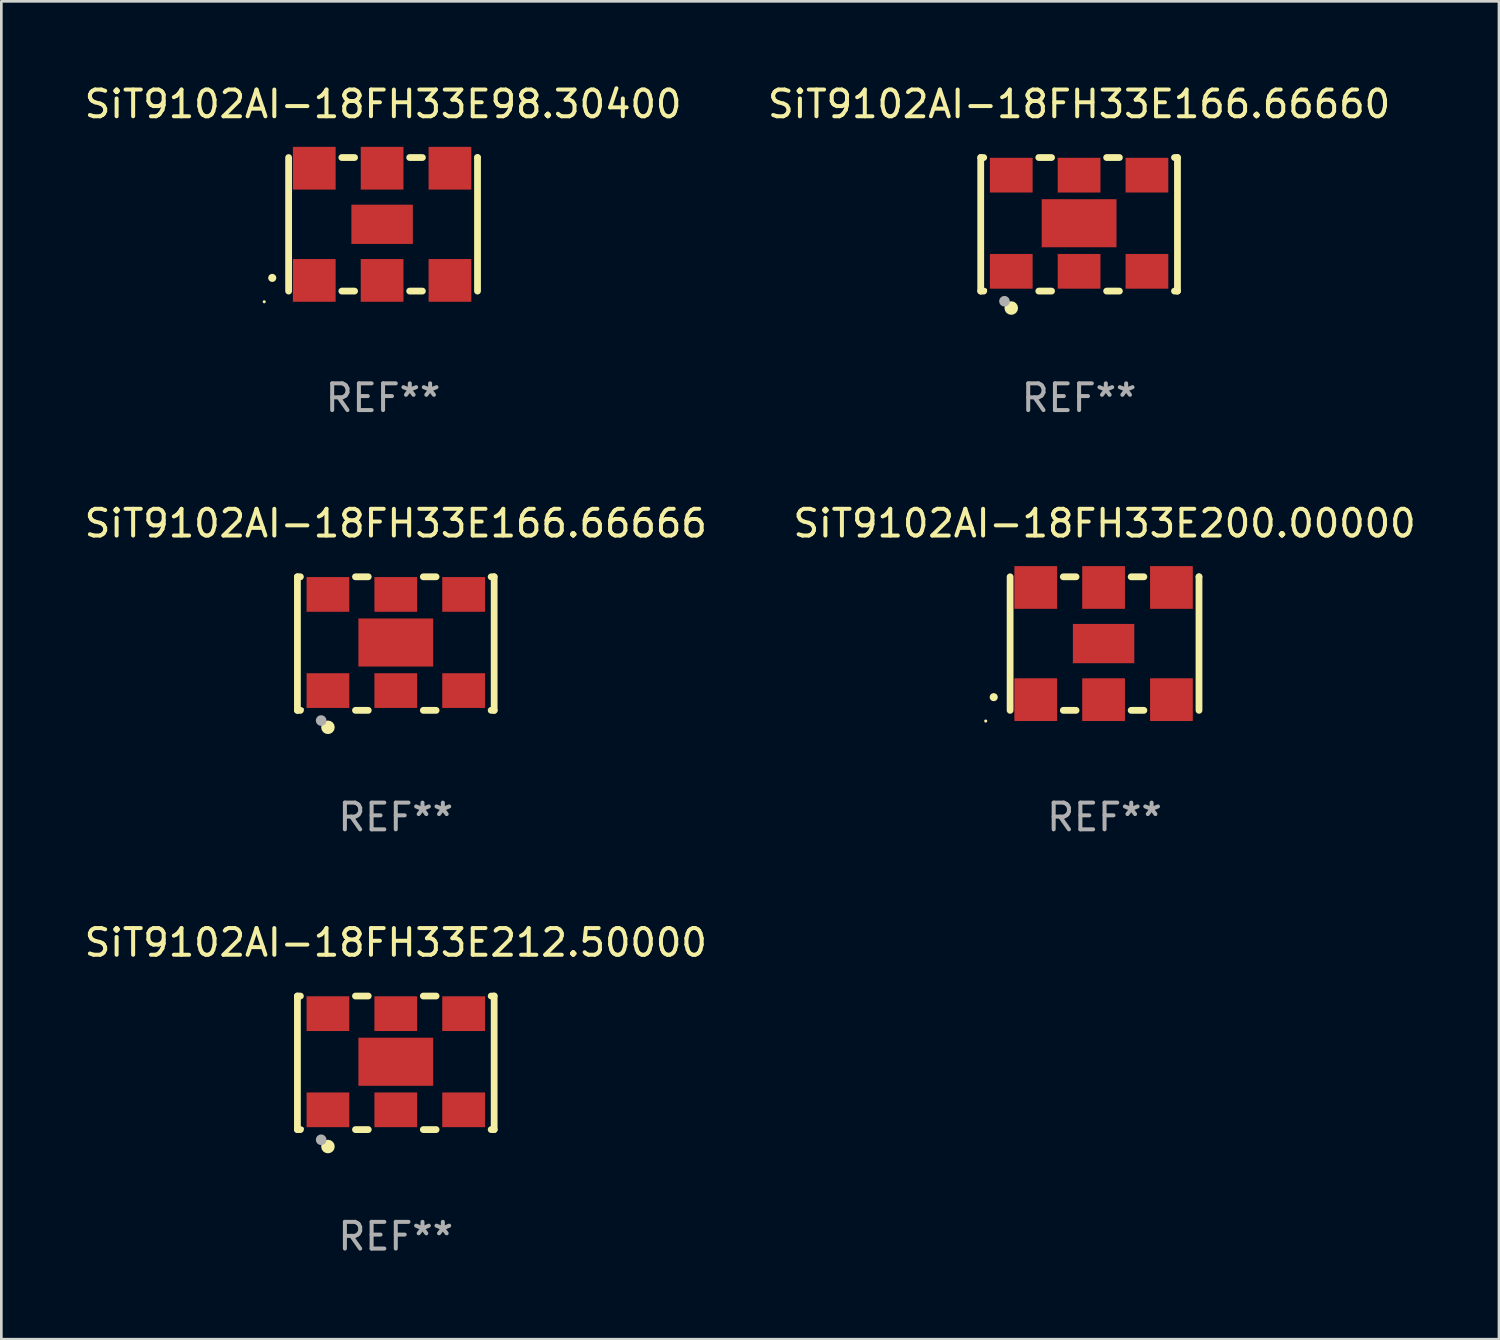
<source format=kicad_pcb>
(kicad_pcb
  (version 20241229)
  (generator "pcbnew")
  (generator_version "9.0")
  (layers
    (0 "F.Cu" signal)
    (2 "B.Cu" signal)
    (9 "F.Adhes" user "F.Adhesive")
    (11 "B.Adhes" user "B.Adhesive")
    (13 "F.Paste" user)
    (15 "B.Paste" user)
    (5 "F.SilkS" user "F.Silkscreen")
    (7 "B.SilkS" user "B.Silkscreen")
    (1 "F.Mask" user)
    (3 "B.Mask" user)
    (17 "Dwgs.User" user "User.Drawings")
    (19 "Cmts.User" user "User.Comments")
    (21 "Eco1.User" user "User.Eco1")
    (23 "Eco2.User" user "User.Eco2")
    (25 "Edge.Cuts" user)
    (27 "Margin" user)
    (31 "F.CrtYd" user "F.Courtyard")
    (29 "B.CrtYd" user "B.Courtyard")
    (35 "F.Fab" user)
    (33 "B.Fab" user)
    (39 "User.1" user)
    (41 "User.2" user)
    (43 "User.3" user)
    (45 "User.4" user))
  (footprint "SiT9102AI-18FH33E98.30400"
    (layer "F.Cu")
    (at 11.292 5.348)
    (property "Reference" "SiT9102AI-18FH33E98.30400" (at 0 -4.5 0) (layer "F.SilkS") (effects (font (size 1 1) (thickness 0.15))))
    (attr through_hole)
    (fp_line (start -3.536 -2.5) (end -3.536 2.5) (stroke (width 0.254) (type solid)) (layer "F.SilkS"))
    (fp_line (start -1.544 2.5) (end -1.067 2.5) (stroke (width 0.254) (type solid)) (layer "F.SilkS"))
    (fp_line (start -1.067 -2.5) (end -1.544 -2.5) (stroke (width 0.254) (type solid)) (layer "F.SilkS"))
    (fp_line (start 0.996 2.5) (end 1.473 2.5) (stroke (width 0.254) (type solid)) (layer "F.SilkS"))
    (fp_line (start 1.473 -2.5) (end 0.996 -2.5) (stroke (width 0.254) (type solid)) (layer "F.SilkS"))
    (fp_line (start 3.536 -2.5) (end 3.536 -2.5) (stroke (width 0.254) (type solid)) (layer "F.SilkS"))
    (fp_line (start 3.536 2.5) (end 3.536 -2.5) (stroke (width 0.254) (type solid)) (layer "F.SilkS"))
    (fp_arc (start -4.150432 2.006604) (mid -4.149162 2.006599) (end -4.147892 2.006604) (stroke (width 0.3) (type solid)) (layer "F.SilkS"))
    (fp_circle (center -4.449 2.9) (end -4.419 2.9) (stroke (width 0.06) (type solid)) (fill no) (layer "F.SilkS"))
    (fp_text user "REF**" (at 0 6.5 0) (layer "F.Fab") (effects (font (size 1 1) (thickness 0.15))))
    (pad "1" smd rect (at -2.576 2.1) (size 1.6 1.6) (layers "F.Cu" "F.Mask" "F.Paste"))
    (pad "2" smd rect (at -0.036 2.1) (size 1.6 1.6) (layers "F.Cu" "F.Mask" "F.Paste"))
    (pad "3" smd rect (at 2.504 2.1) (size 1.6 1.6) (layers "F.Cu" "F.Mask" "F.Paste"))
    (pad "4" smd rect (at 2.504 -2.1) (size 1.6 1.6) (layers "F.Cu" "F.Mask" "F.Paste"))
    (pad "5" smd rect (at -0.036 -2.1) (size 1.6 1.6) (layers "F.Cu" "F.Mask" "F.Paste"))
    (pad "6" smd rect (at -2.576 -2.1) (size 1.6 1.6) (layers "F.Cu" "F.Mask" "F.Paste"))
    (pad "7" smd rect (at -0.036 0) (size 2.3 1.47) (layers "F.Cu" "F.Mask" "F.Paste")))
  (footprint "SiT9102AI-18FH33E166.66660"
    (layer "F.Cu")
    (at 37.351 5.348)
    (property "Reference" "SiT9102AI-18FH33E166.66660" (at 0 -4.5 0) (layer "F.SilkS") (effects (font (size 1 1) (thickness 0.15))))
    (attr through_hole)
    (fp_line (start -3.683 -2.5) (end -3.571 -2.5) (stroke (width 0.254) (type solid)) (layer "F.SilkS"))
    (fp_line (start -3.683 2.5) (end -3.683 -2.5) (stroke (width 0.254) (type solid)) (layer "F.SilkS"))
    (fp_line (start -3.683 2.5) (end -3.571 2.5) (stroke (width 0.254) (type solid)) (layer "F.SilkS"))
    (fp_line (start -1.509 -2.5) (end -1.031 -2.5) (stroke (width 0.254) (type solid)) (layer "F.SilkS"))
    (fp_line (start -1.509 2.5) (end -1.031 2.5) (stroke (width 0.254) (type solid)) (layer "F.SilkS"))
    (fp_line (start 1.031 -2.5) (end 1.509 -2.5) (stroke (width 0.254) (type solid)) (layer "F.SilkS"))
    (fp_line (start 1.031 2.5) (end 1.509 2.5) (stroke (width 0.254) (type solid)) (layer "F.SilkS"))
    (fp_line (start 3.571 -2.5) (end 3.683 -2.5) (stroke (width 0.254) (type solid)) (layer "F.SilkS"))
    (fp_line (start 3.571 2.5) (end 3.683 2.5) (stroke (width 0.254) (type solid)) (layer "F.SilkS"))
    (fp_line (start 3.683 2.5) (end 3.683 -2.5) (stroke (width 0.254) (type solid)) (layer "F.SilkS"))
    (fp_circle (center -3.5 2.46) (end -3.47 2.46) (stroke (width 0.06) (type solid)) (fill no) (layer "F.SilkS"))
    (fp_circle (center -2.54 3.135) (end -2.413 3.135) (stroke (width 0.254) (type solid)) (fill no) (layer "F.SilkS"))
    (fp_circle (center -2.794 2.881) (end -2.694 2.881) (stroke (width 0.2) (type solid)) (fill no) (layer "F.Fab"))
    (fp_text user "REF**" (at 0 6.5 0) (layer "F.Fab") (effects (font (size 1 1) (thickness 0.15))))
    (pad "1" smd rect (at -2.54 1.76) (size 1.6 1.3) (layers "F.Cu" "F.Mask" "F.Paste"))
    (pad "2" smd rect (at 0 1.76) (size 1.6 1.3) (layers "F.Cu" "F.Mask" "F.Paste"))
    (pad "3" smd rect (at 2.54 1.76) (size 1.6 1.3) (layers "F.Cu" "F.Mask" "F.Paste"))
    (pad "4" smd rect (at 2.54 -1.84) (size 1.6 1.3) (layers "F.Cu" "F.Mask" "F.Paste"))
    (pad "5" smd rect (at 0 -1.84) (size 1.6 1.3) (layers "F.Cu" "F.Mask" "F.Paste"))
    (pad "6" smd rect (at -2.54 -1.84) (size 1.6 1.3) (layers "F.Cu" "F.Mask" "F.Paste"))
    (pad "7" smd rect (at 0 -0.04) (size 2.8 1.8) (layers "F.Cu" "F.Mask" "F.Paste")))
  (footprint "SiT9102AI-18FH33E166.66666"
    (layer "F.Cu")
    (at 11.768 21.045)
    (property "Reference" "SiT9102AI-18FH33E166.66666" (at 0 -4.5 0) (layer "F.SilkS") (effects (font (size 1 1) (thickness 0.15))))
    (attr through_hole)
    (fp_line (start -3.683 -2.5) (end -3.571 -2.5) (stroke (width 0.254) (type solid)) (layer "F.SilkS"))
    (fp_line (start -3.683 2.5) (end -3.683 -2.5) (stroke (width 0.254) (type solid)) (layer "F.SilkS"))
    (fp_line (start -3.683 2.5) (end -3.571 2.5) (stroke (width 0.254) (type solid)) (layer "F.SilkS"))
    (fp_line (start -1.509 -2.5) (end -1.031 -2.5) (stroke (width 0.254) (type solid)) (layer "F.SilkS"))
    (fp_line (start -1.509 2.5) (end -1.031 2.5) (stroke (width 0.254) (type solid)) (layer "F.SilkS"))
    (fp_line (start 1.031 -2.5) (end 1.509 -2.5) (stroke (width 0.254) (type solid)) (layer "F.SilkS"))
    (fp_line (start 1.031 2.5) (end 1.509 2.5) (stroke (width 0.254) (type solid)) (layer "F.SilkS"))
    (fp_line (start 3.571 -2.5) (end 3.683 -2.5) (stroke (width 0.254) (type solid)) (layer "F.SilkS"))
    (fp_line (start 3.571 2.5) (end 3.683 2.5) (stroke (width 0.254) (type solid)) (layer "F.SilkS"))
    (fp_line (start 3.683 2.5) (end 3.683 -2.5) (stroke (width 0.254) (type solid)) (layer "F.SilkS"))
    (fp_circle (center -3.5 2.46) (end -3.47 2.46) (stroke (width 0.06) (type solid)) (fill no) (layer "F.SilkS"))
    (fp_circle (center -2.54 3.135) (end -2.413 3.135) (stroke (width 0.254) (type solid)) (fill no) (layer "F.SilkS"))
    (fp_circle (center -2.794 2.881) (end -2.694 2.881) (stroke (width 0.2) (type solid)) (fill no) (layer "F.Fab"))
    (fp_text user "REF**" (at 0 6.5 0) (layer "F.Fab") (effects (font (size 1 1) (thickness 0.15))))
    (pad "1" smd rect (at -2.54 1.76) (size 1.6 1.3) (layers "F.Cu" "F.Mask" "F.Paste"))
    (pad "2" smd rect (at 0 1.76) (size 1.6 1.3) (layers "F.Cu" "F.Mask" "F.Paste"))
    (pad "3" smd rect (at 2.54 1.76) (size 1.6 1.3) (layers "F.Cu" "F.Mask" "F.Paste"))
    (pad "4" smd rect (at 2.54 -1.84) (size 1.6 1.3) (layers "F.Cu" "F.Mask" "F.Paste"))
    (pad "5" smd rect (at 0 -1.84) (size 1.6 1.3) (layers "F.Cu" "F.Mask" "F.Paste"))
    (pad "6" smd rect (at -2.54 -1.84) (size 1.6 1.3) (layers "F.Cu" "F.Mask" "F.Paste"))
    (pad "7" smd rect (at 0 -0.04) (size 2.8 1.8) (layers "F.Cu" "F.Mask" "F.Paste")))
  (footprint "SiT9102AI-18FH33E212.50000"
    (layer "F.Cu")
    (at 11.768 36.741)
    (property "Reference" "SiT9102AI-18FH33E212.50000" (at 0 -4.5 0) (layer "F.SilkS") (effects (font (size 1 1) (thickness 0.15))))
    (attr through_hole)
    (fp_line (start -3.683 -2.5) (end -3.571 -2.5) (stroke (width 0.254) (type solid)) (layer "F.SilkS"))
    (fp_line (start -3.683 2.5) (end -3.683 -2.5) (stroke (width 0.254) (type solid)) (layer "F.SilkS"))
    (fp_line (start -3.683 2.5) (end -3.571 2.5) (stroke (width 0.254) (type solid)) (layer "F.SilkS"))
    (fp_line (start -1.509 -2.5) (end -1.031 -2.5) (stroke (width 0.254) (type solid)) (layer "F.SilkS"))
    (fp_line (start -1.509 2.5) (end -1.031 2.5) (stroke (width 0.254) (type solid)) (layer "F.SilkS"))
    (fp_line (start 1.031 -2.5) (end 1.509 -2.5) (stroke (width 0.254) (type solid)) (layer "F.SilkS"))
    (fp_line (start 1.031 2.5) (end 1.509 2.5) (stroke (width 0.254) (type solid)) (layer "F.SilkS"))
    (fp_line (start 3.571 -2.5) (end 3.683 -2.5) (stroke (width 0.254) (type solid)) (layer "F.SilkS"))
    (fp_line (start 3.571 2.5) (end 3.683 2.5) (stroke (width 0.254) (type solid)) (layer "F.SilkS"))
    (fp_line (start 3.683 2.5) (end 3.683 -2.5) (stroke (width 0.254) (type solid)) (layer "F.SilkS"))
    (fp_circle (center -3.5 2.46) (end -3.47 2.46) (stroke (width 0.06) (type solid)) (fill no) (layer "F.SilkS"))
    (fp_circle (center -2.54 3.135) (end -2.413 3.135) (stroke (width 0.254) (type solid)) (fill no) (layer "F.SilkS"))
    (fp_circle (center -2.794 2.881) (end -2.694 2.881) (stroke (width 0.2) (type solid)) (fill no) (layer "F.Fab"))
    (fp_text user "REF**" (at 0 6.5 0) (layer "F.Fab") (effects (font (size 1 1) (thickness 0.15))))
    (pad "1" smd rect (at -2.54 1.76) (size 1.6 1.3) (layers "F.Cu" "F.Mask" "F.Paste"))
    (pad "2" smd rect (at 0 1.76) (size 1.6 1.3) (layers "F.Cu" "F.Mask" "F.Paste"))
    (pad "3" smd rect (at 2.54 1.76) (size 1.6 1.3) (layers "F.Cu" "F.Mask" "F.Paste"))
    (pad "4" smd rect (at 2.54 -1.84) (size 1.6 1.3) (layers "F.Cu" "F.Mask" "F.Paste"))
    (pad "5" smd rect (at 0 -1.84) (size 1.6 1.3) (layers "F.Cu" "F.Mask" "F.Paste"))
    (pad "6" smd rect (at -2.54 -1.84) (size 1.6 1.3) (layers "F.Cu" "F.Mask" "F.Paste"))
    (pad "7" smd rect (at 0 -0.04) (size 2.8 1.8) (layers "F.Cu" "F.Mask" "F.Paste")))
  (footprint "SiT9102AI-18FH33E200.00000"
    (layer "F.Cu")
    (at 38.304 21.045)
    (property "Reference" "SiT9102AI-18FH33E200.00000" (at 0 -4.5 0) (layer "F.SilkS") (effects (font (size 1 1) (thickness 0.15))))
    (attr through_hole)
    (fp_line (start -3.536 -2.5) (end -3.536 2.5) (stroke (width 0.254) (type solid)) (layer "F.SilkS"))
    (fp_line (start -1.544 2.5) (end -1.067 2.5) (stroke (width 0.254) (type solid)) (layer "F.SilkS"))
    (fp_line (start -1.067 -2.5) (end -1.544 -2.5) (stroke (width 0.254) (type solid)) (layer "F.SilkS"))
    (fp_line (start 0.996 2.5) (end 1.473 2.5) (stroke (width 0.254) (type solid)) (layer "F.SilkS"))
    (fp_line (start 1.473 -2.5) (end 0.996 -2.5) (stroke (width 0.254) (type solid)) (layer "F.SilkS"))
    (fp_line (start 3.536 -2.5) (end 3.536 -2.5) (stroke (width 0.254) (type solid)) (layer "F.SilkS"))
    (fp_line (start 3.536 2.5) (end 3.536 -2.5) (stroke (width 0.254) (type solid)) (layer "F.SilkS"))
    (fp_arc (start -4.150432 2.006604) (mid -4.149162 2.006599) (end -4.147892 2.006604) (stroke (width 0.3) (type solid)) (layer "F.SilkS"))
    (fp_circle (center -4.449 2.9) (end -4.419 2.9) (stroke (width 0.06) (type solid)) (fill no) (layer "F.SilkS"))
    (fp_text user "REF**" (at 0 6.5 0) (layer "F.Fab") (effects (font (size 1 1) (thickness 0.15))))
    (pad "1" smd rect (at -2.576 2.1) (size 1.6 1.6) (layers "F.Cu" "F.Mask" "F.Paste"))
    (pad "2" smd rect (at -0.036 2.1) (size 1.6 1.6) (layers "F.Cu" "F.Mask" "F.Paste"))
    (pad "3" smd rect (at 2.504 2.1) (size 1.6 1.6) (layers "F.Cu" "F.Mask" "F.Paste"))
    (pad "4" smd rect (at 2.504 -2.1) (size 1.6 1.6) (layers "F.Cu" "F.Mask" "F.Paste"))
    (pad "5" smd rect (at -0.036 -2.1) (size 1.6 1.6) (layers "F.Cu" "F.Mask" "F.Paste"))
    (pad "6" smd rect (at -2.576 -2.1) (size 1.6 1.6) (layers "F.Cu" "F.Mask" "F.Paste"))
    (pad "7" smd rect (at -0.036 0) (size 2.3 1.47) (layers "F.Cu" "F.Mask" "F.Paste")))
  (gr_rect
    (start -3 -3)
    (end 53.071 47.09)
    (stroke (width 0.1) (type default))
    (fill no)
    (layer "Edge.Cuts")))
</source>
